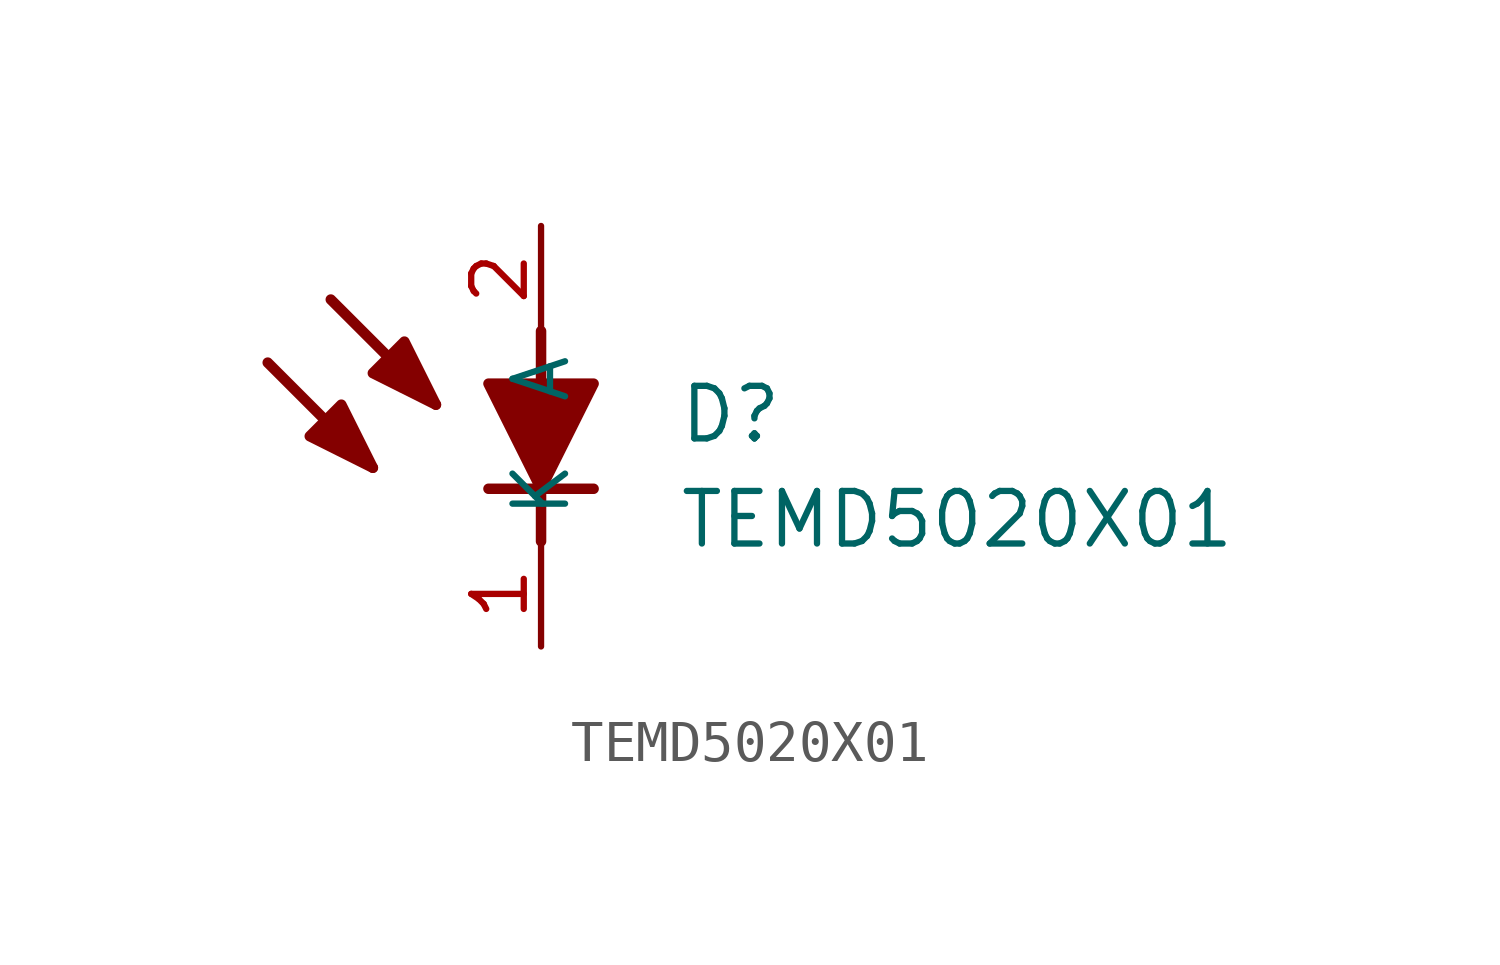
<source format=kicad_sym>
(kicad_symbol_lib
  (version 20211014)
  (generator SamacSys_ECAD_Model)
  (symbol "TEMD5020X01"
    (property "Reference" "D"
      (at 3.302 -3.81 0)
      (effects (font (size 1.27 1.27)) (justify left top)))
    (property "Value" "TEMD5020X01"
      (at 3.302 -6.35 0)
      (effects (font (size 1.27 1.27)) (justify left top)))
    (polyline
      (pts (xy 0 -6.35) (xy 0 -7.62))
      (stroke (width 0.254) (type default))
      (fill (type none)))
    (polyline
      (pts (xy 0 -3.81) (xy 0 -2.54))
      (stroke (width 0.254) (type default))
      (fill (type none)))
    (polyline
      (pts (xy -5.08 -1.778) (xy -2.54 -4.318))
      (stroke (width 0.254) (type default))
      (fill (type none)))
    (polyline
      (pts (xy -6.604 -3.302) (xy -4.064 -5.842))
      (stroke (width 0.254) (type default))
      (fill (type none)))
    (polyline
      (pts (xy 1.27 -6.35) (xy -1.27 -6.35))
      (stroke (width 0.254) (type default))
      (fill (type none)))
    (polyline
      (pts (xy -5.588 -5.08) (xy -4.826 -4.318) (xy -4.064 -5.842) (xy -5.588 -5.08))
      (stroke (width 0.254) (type default))
      (fill (type outline)))
    (polyline
      (pts (xy -4.064 -3.556) (xy -3.302 -2.794) (xy -2.54 -4.318) (xy -4.064 -3.556))
      (stroke (width 0.254) (type default))
      (fill (type outline)))
    (polyline
      (pts (xy -1.27 -3.81) (xy 1.27 -3.81) (xy 0 -6.35) (xy -1.27 -3.81))
      (stroke (width 0.254) (type default))
      (fill (type outline)))
    (pin passive line
      (at 0 -10.16 90)
      (length 2.54)
      (name "K" (effects (font (size 1.27 1.27))))
      (number "1" (effects (font (size 1.27 1.27)))))
    (pin passive line
      (at 0 0 270)
      (length 2.54)
      (name "A" (effects (font (size 1.27 1.27))))
      (number "2" (effects (font (size 1.27 1.27)))))))
</source>
